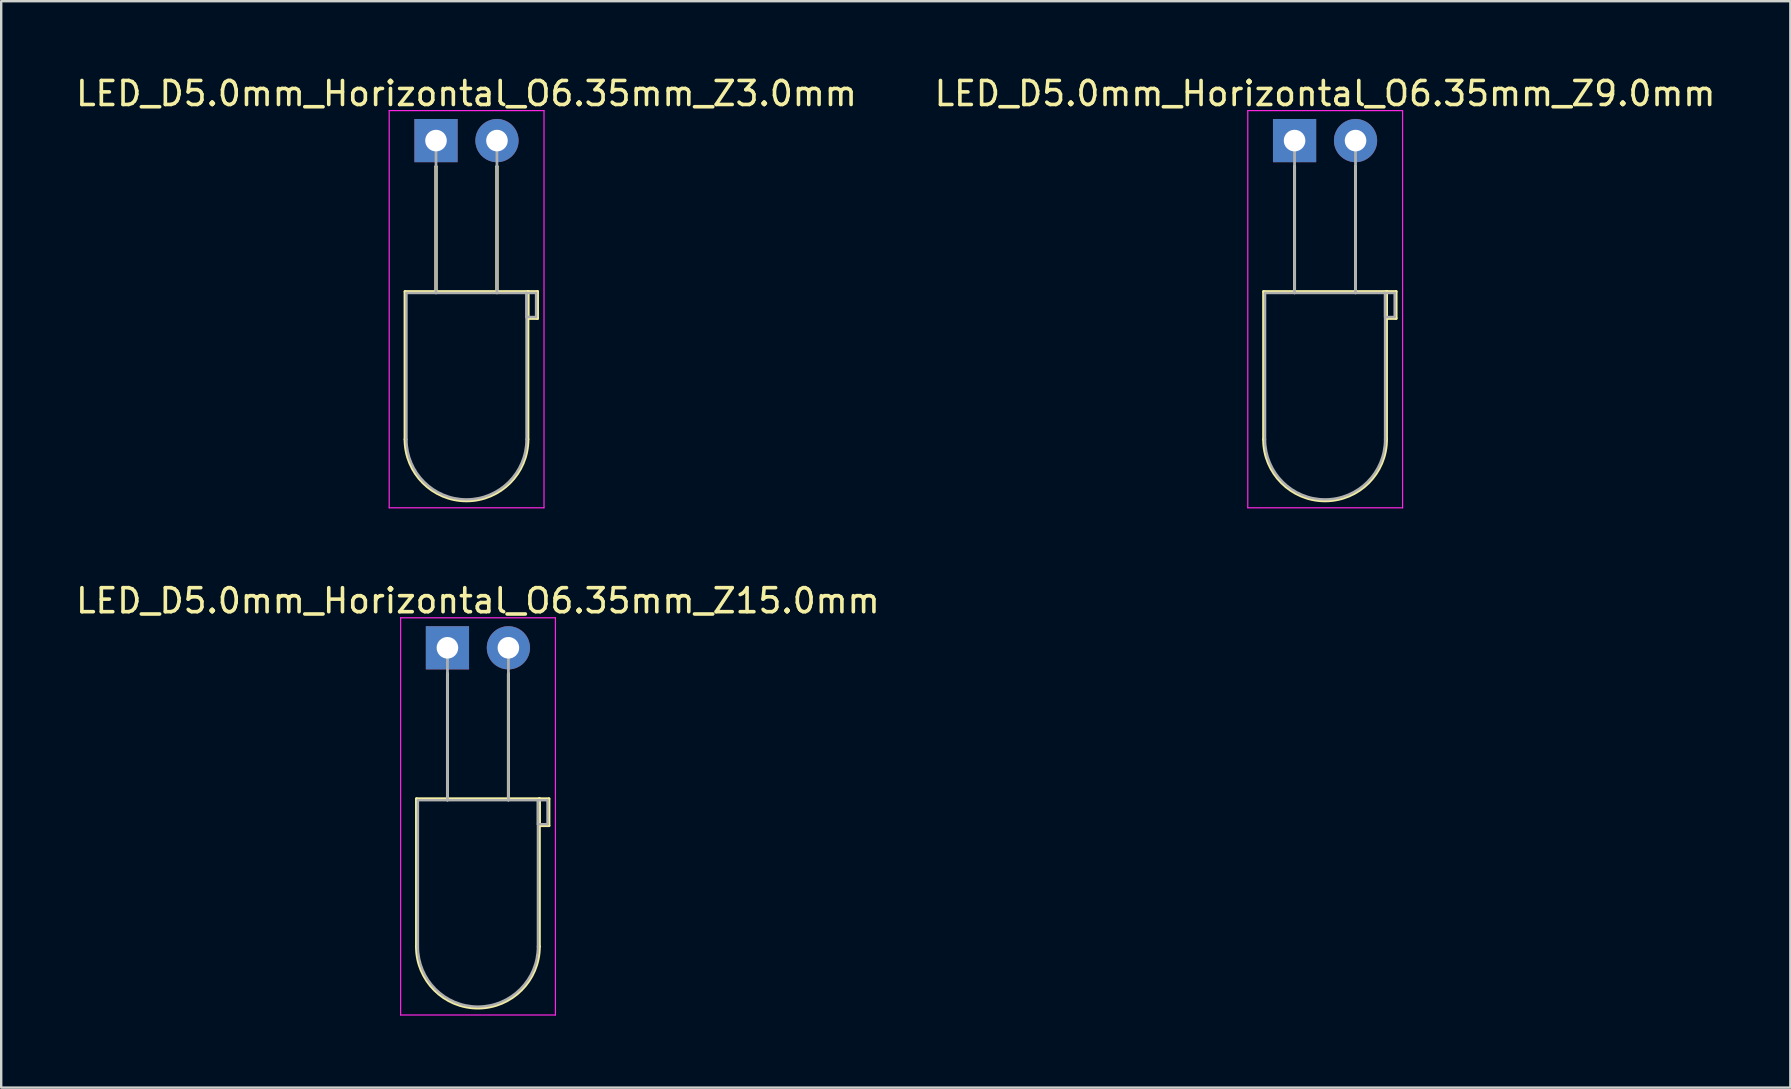
<source format=kicad_pcb>
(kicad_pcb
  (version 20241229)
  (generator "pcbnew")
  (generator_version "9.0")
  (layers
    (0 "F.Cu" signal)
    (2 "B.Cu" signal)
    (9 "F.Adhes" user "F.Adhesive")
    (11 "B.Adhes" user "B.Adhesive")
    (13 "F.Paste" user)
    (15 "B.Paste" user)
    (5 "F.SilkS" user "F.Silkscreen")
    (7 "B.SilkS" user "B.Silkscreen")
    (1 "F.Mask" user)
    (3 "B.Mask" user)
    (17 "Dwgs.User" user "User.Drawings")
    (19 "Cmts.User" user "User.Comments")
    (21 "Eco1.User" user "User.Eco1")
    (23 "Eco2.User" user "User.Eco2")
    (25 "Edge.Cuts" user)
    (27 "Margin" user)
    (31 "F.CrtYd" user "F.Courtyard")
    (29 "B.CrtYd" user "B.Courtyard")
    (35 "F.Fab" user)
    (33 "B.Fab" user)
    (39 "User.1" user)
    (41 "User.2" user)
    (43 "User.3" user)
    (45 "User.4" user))
  (footprint "LED_D5.0mm_Horizontal_O6.35mm_Z3.0mm"
    (layer "F.Cu")
    (at 15.117 2.808)
    (property "Reference" "LED_D5.0mm_Horizontal_O6.35mm_Z3.0mm" (at 1.27 -1.96 0) (layer "F.SilkS") (effects (font (size 1 1) (thickness 0.15))))
    (attr through_hole)
    (fp_line (start -1.29 6.29) (end -1.29 12.45) (stroke (width 0.12) (type solid)) (layer "F.SilkS"))
    (fp_line (start -1.29 6.29) (end 3.83 6.29) (stroke (width 0.12) (type solid)) (layer "F.SilkS"))
    (fp_line (start 0 1.08) (end 0 1.08) (stroke (width 0.12) (type solid)) (layer "F.SilkS"))
    (fp_line (start 0 1.08) (end 0 6.29) (stroke (width 0.12) (type solid)) (layer "F.SilkS"))
    (fp_line (start 0 6.29) (end 0 1.08) (stroke (width 0.12) (type solid)) (layer "F.SilkS"))
    (fp_line (start 0 6.29) (end 0 6.29) (stroke (width 0.12) (type solid)) (layer "F.SilkS"))
    (fp_line (start 2.54 1.08) (end 2.54 1.08) (stroke (width 0.12) (type solid)) (layer "F.SilkS"))
    (fp_line (start 2.54 1.08) (end 2.54 6.29) (stroke (width 0.12) (type solid)) (layer "F.SilkS"))
    (fp_line (start 2.54 6.29) (end 2.54 1.08) (stroke (width 0.12) (type solid)) (layer "F.SilkS"))
    (fp_line (start 2.54 6.29) (end 2.54 6.29) (stroke (width 0.12) (type solid)) (layer "F.SilkS"))
    (fp_line (start 3.83 6.29) (end 3.83 12.45) (stroke (width 0.12) (type solid)) (layer "F.SilkS"))
    (fp_line (start 3.83 6.29) (end 4.23 6.29) (stroke (width 0.12) (type solid)) (layer "F.SilkS"))
    (fp_line (start 3.83 7.41) (end 3.83 6.29) (stroke (width 0.12) (type solid)) (layer "F.SilkS"))
    (fp_line (start 4.23 6.29) (end 4.23 7.41) (stroke (width 0.12) (type solid)) (layer "F.SilkS"))
    (fp_line (start 4.23 7.41) (end 3.83 7.41) (stroke (width 0.12) (type solid)) (layer "F.SilkS"))
    (fp_arc (start 3.83 12.45) (mid 1.27 15.01) (end -1.29 12.45) (stroke (width 0.12) (type solid)) (layer "F.SilkS"))
    (fp_line (start -1.95 -1.25) (end -1.95 15.3) (stroke (width 0.05) (type solid)) (layer "F.CrtYd"))
    (fp_line (start -1.95 15.3) (end 4.5 15.3) (stroke (width 0.05) (type solid)) (layer "F.CrtYd"))
    (fp_line (start 4.5 -1.25) (end -1.95 -1.25) (stroke (width 0.05) (type solid)) (layer "F.CrtYd"))
    (fp_line (start 4.5 15.3) (end 4.5 -1.25) (stroke (width 0.05) (type solid)) (layer "F.CrtYd"))
    (fp_line (start -1.23 6.35) (end -1.23 12.45) (stroke (width 0.1) (type solid)) (layer "F.Fab"))
    (fp_line (start -1.23 6.35) (end 3.77 6.35) (stroke (width 0.1) (type solid)) (layer "F.Fab"))
    (fp_line (start 0 0) (end 0 0) (stroke (width 0.1) (type solid)) (layer "F.Fab"))
    (fp_line (start 0 0) (end 0 6.35) (stroke (width 0.1) (type solid)) (layer "F.Fab"))
    (fp_line (start 0 6.35) (end 0 0) (stroke (width 0.1) (type solid)) (layer "F.Fab"))
    (fp_line (start 0 6.35) (end 0 6.35) (stroke (width 0.1) (type solid)) (layer "F.Fab"))
    (fp_line (start 2.54 0) (end 2.54 0) (stroke (width 0.1) (type solid)) (layer "F.Fab"))
    (fp_line (start 2.54 0) (end 2.54 6.35) (stroke (width 0.1) (type solid)) (layer "F.Fab"))
    (fp_line (start 2.54 6.35) (end 2.54 0) (stroke (width 0.1) (type solid)) (layer "F.Fab"))
    (fp_line (start 2.54 6.35) (end 2.54 6.35) (stroke (width 0.1) (type solid)) (layer "F.Fab"))
    (fp_line (start 3.77 6.35) (end 3.77 12.45) (stroke (width 0.1) (type solid)) (layer "F.Fab"))
    (fp_line (start 3.77 6.35) (end 4.17 6.35) (stroke (width 0.1) (type solid)) (layer "F.Fab"))
    (fp_line (start 3.77 7.35) (end 3.77 6.35) (stroke (width 0.1) (type solid)) (layer "F.Fab"))
    (fp_line (start 4.17 6.35) (end 4.17 7.35) (stroke (width 0.1) (type solid)) (layer "F.Fab"))
    (fp_line (start 4.17 7.35) (end 3.77 7.35) (stroke (width 0.1) (type solid)) (layer "F.Fab"))
    (fp_arc (start 3.77 12.45) (mid 1.27 14.95) (end -1.23 12.45) (stroke (width 0.1) (type solid)) (layer "F.Fab"))
    (pad "1" thru_hole rect (at 0 0) (size 1.8 1.8) (drill 0.9) (layers "*.Cu" "*.Mask"))
    (pad "2" thru_hole circle (at 2.54 0) (size 1.8 1.8) (drill 0.9) (layers "*.Cu" "*.Mask")))
  (footprint "LED_D5.0mm_Horizontal_O6.35mm_Z9.0mm"
    (layer "F.Cu")
    (at 50.891 2.808)
    (property "Reference" "LED_D5.0mm_Horizontal_O6.35mm_Z9.0mm" (at 1.27 -1.96 0) (layer "F.SilkS") (effects (font (size 1 1) (thickness 0.15))))
    (attr through_hole)
    (fp_line (start -1.29 6.29) (end -1.29 12.45) (stroke (width 0.12) (type solid)) (layer "F.SilkS"))
    (fp_line (start -1.29 6.29) (end 3.83 6.29) (stroke (width 0.12) (type solid)) (layer "F.SilkS"))
    (fp_line (start 0 1.08) (end 0 1.08) (stroke (width 0.12) (type solid)) (layer "F.SilkS"))
    (fp_line (start 0 1.08) (end 0 6.29) (stroke (width 0.12) (type solid)) (layer "F.SilkS"))
    (fp_line (start 0 6.29) (end 0 1.08) (stroke (width 0.12) (type solid)) (layer "F.SilkS"))
    (fp_line (start 0 6.29) (end 0 6.29) (stroke (width 0.12) (type solid)) (layer "F.SilkS"))
    (fp_line (start 2.54 1.08) (end 2.54 1.08) (stroke (width 0.12) (type solid)) (layer "F.SilkS"))
    (fp_line (start 2.54 1.08) (end 2.54 6.29) (stroke (width 0.12) (type solid)) (layer "F.SilkS"))
    (fp_line (start 2.54 6.29) (end 2.54 1.08) (stroke (width 0.12) (type solid)) (layer "F.SilkS"))
    (fp_line (start 2.54 6.29) (end 2.54 6.29) (stroke (width 0.12) (type solid)) (layer "F.SilkS"))
    (fp_line (start 3.83 6.29) (end 3.83 12.45) (stroke (width 0.12) (type solid)) (layer "F.SilkS"))
    (fp_line (start 3.83 6.29) (end 4.23 6.29) (stroke (width 0.12) (type solid)) (layer "F.SilkS"))
    (fp_line (start 3.83 7.41) (end 3.83 6.29) (stroke (width 0.12) (type solid)) (layer "F.SilkS"))
    (fp_line (start 4.23 6.29) (end 4.23 7.41) (stroke (width 0.12) (type solid)) (layer "F.SilkS"))
    (fp_line (start 4.23 7.41) (end 3.83 7.41) (stroke (width 0.12) (type solid)) (layer "F.SilkS"))
    (fp_arc (start 3.83 12.45) (mid 1.27 15.01) (end -1.29 12.45) (stroke (width 0.12) (type solid)) (layer "F.SilkS"))
    (fp_line (start -1.95 -1.25) (end -1.95 15.3) (stroke (width 0.05) (type solid)) (layer "F.CrtYd"))
    (fp_line (start -1.95 15.3) (end 4.5 15.3) (stroke (width 0.05) (type solid)) (layer "F.CrtYd"))
    (fp_line (start 4.5 -1.25) (end -1.95 -1.25) (stroke (width 0.05) (type solid)) (layer "F.CrtYd"))
    (fp_line (start 4.5 15.3) (end 4.5 -1.25) (stroke (width 0.05) (type solid)) (layer "F.CrtYd"))
    (fp_line (start -1.23 6.35) (end -1.23 12.45) (stroke (width 0.1) (type solid)) (layer "F.Fab"))
    (fp_line (start -1.23 6.35) (end 3.77 6.35) (stroke (width 0.1) (type solid)) (layer "F.Fab"))
    (fp_line (start 0 0) (end 0 0) (stroke (width 0.1) (type solid)) (layer "F.Fab"))
    (fp_line (start 0 0) (end 0 6.35) (stroke (width 0.1) (type solid)) (layer "F.Fab"))
    (fp_line (start 0 6.35) (end 0 0) (stroke (width 0.1) (type solid)) (layer "F.Fab"))
    (fp_line (start 0 6.35) (end 0 6.35) (stroke (width 0.1) (type solid)) (layer "F.Fab"))
    (fp_line (start 2.54 0) (end 2.54 0) (stroke (width 0.1) (type solid)) (layer "F.Fab"))
    (fp_line (start 2.54 0) (end 2.54 6.35) (stroke (width 0.1) (type solid)) (layer "F.Fab"))
    (fp_line (start 2.54 6.35) (end 2.54 0) (stroke (width 0.1) (type solid)) (layer "F.Fab"))
    (fp_line (start 2.54 6.35) (end 2.54 6.35) (stroke (width 0.1) (type solid)) (layer "F.Fab"))
    (fp_line (start 3.77 6.35) (end 3.77 12.45) (stroke (width 0.1) (type solid)) (layer "F.Fab"))
    (fp_line (start 3.77 6.35) (end 4.17 6.35) (stroke (width 0.1) (type solid)) (layer "F.Fab"))
    (fp_line (start 3.77 7.35) (end 3.77 6.35) (stroke (width 0.1) (type solid)) (layer "F.Fab"))
    (fp_line (start 4.17 6.35) (end 4.17 7.35) (stroke (width 0.1) (type solid)) (layer "F.Fab"))
    (fp_line (start 4.17 7.35) (end 3.77 7.35) (stroke (width 0.1) (type solid)) (layer "F.Fab"))
    (fp_arc (start 3.77 12.45) (mid 1.27 14.95) (end -1.23 12.45) (stroke (width 0.1) (type solid)) (layer "F.Fab"))
    (pad "1" thru_hole rect (at 0 0) (size 1.8 1.8) (drill 0.9) (layers "*.Cu" "*.Mask"))
    (pad "2" thru_hole circle (at 2.54 0) (size 1.8 1.8) (drill 0.9) (layers "*.Cu" "*.Mask")))
  (footprint "LED_D5.0mm_Horizontal_O6.35mm_Z15.0mm"
    (layer "F.Cu")
    (at 15.593 23.942)
    (property "Reference" "LED_D5.0mm_Horizontal_O6.35mm_Z15.0mm" (at 1.27 -1.96 0) (layer "F.SilkS") (effects (font (size 1 1) (thickness 0.15))))
    (attr through_hole)
    (fp_line (start -1.29 6.29) (end -1.29 12.45) (stroke (width 0.12) (type solid)) (layer "F.SilkS"))
    (fp_line (start -1.29 6.29) (end 3.83 6.29) (stroke (width 0.12) (type solid)) (layer "F.SilkS"))
    (fp_line (start 0 1.08) (end 0 1.08) (stroke (width 0.12) (type solid)) (layer "F.SilkS"))
    (fp_line (start 0 1.08) (end 0 6.29) (stroke (width 0.12) (type solid)) (layer "F.SilkS"))
    (fp_line (start 0 6.29) (end 0 1.08) (stroke (width 0.12) (type solid)) (layer "F.SilkS"))
    (fp_line (start 0 6.29) (end 0 6.29) (stroke (width 0.12) (type solid)) (layer "F.SilkS"))
    (fp_line (start 2.54 1.08) (end 2.54 1.08) (stroke (width 0.12) (type solid)) (layer "F.SilkS"))
    (fp_line (start 2.54 1.08) (end 2.54 6.29) (stroke (width 0.12) (type solid)) (layer "F.SilkS"))
    (fp_line (start 2.54 6.29) (end 2.54 1.08) (stroke (width 0.12) (type solid)) (layer "F.SilkS"))
    (fp_line (start 2.54 6.29) (end 2.54 6.29) (stroke (width 0.12) (type solid)) (layer "F.SilkS"))
    (fp_line (start 3.83 6.29) (end 3.83 12.45) (stroke (width 0.12) (type solid)) (layer "F.SilkS"))
    (fp_line (start 3.83 6.29) (end 4.23 6.29) (stroke (width 0.12) (type solid)) (layer "F.SilkS"))
    (fp_line (start 3.83 7.41) (end 3.83 6.29) (stroke (width 0.12) (type solid)) (layer "F.SilkS"))
    (fp_line (start 4.23 6.29) (end 4.23 7.41) (stroke (width 0.12) (type solid)) (layer "F.SilkS"))
    (fp_line (start 4.23 7.41) (end 3.83 7.41) (stroke (width 0.12) (type solid)) (layer "F.SilkS"))
    (fp_arc (start 3.83 12.45) (mid 1.27 15.01) (end -1.29 12.45) (stroke (width 0.12) (type solid)) (layer "F.SilkS"))
    (fp_line (start -1.95 -1.25) (end -1.95 15.3) (stroke (width 0.05) (type solid)) (layer "F.CrtYd"))
    (fp_line (start -1.95 15.3) (end 4.5 15.3) (stroke (width 0.05) (type solid)) (layer "F.CrtYd"))
    (fp_line (start 4.5 -1.25) (end -1.95 -1.25) (stroke (width 0.05) (type solid)) (layer "F.CrtYd"))
    (fp_line (start 4.5 15.3) (end 4.5 -1.25) (stroke (width 0.05) (type solid)) (layer "F.CrtYd"))
    (fp_line (start -1.23 6.35) (end -1.23 12.45) (stroke (width 0.1) (type solid)) (layer "F.Fab"))
    (fp_line (start -1.23 6.35) (end 3.77 6.35) (stroke (width 0.1) (type solid)) (layer "F.Fab"))
    (fp_line (start 0 0) (end 0 0) (stroke (width 0.1) (type solid)) (layer "F.Fab"))
    (fp_line (start 0 0) (end 0 6.35) (stroke (width 0.1) (type solid)) (layer "F.Fab"))
    (fp_line (start 0 6.35) (end 0 0) (stroke (width 0.1) (type solid)) (layer "F.Fab"))
    (fp_line (start 0 6.35) (end 0 6.35) (stroke (width 0.1) (type solid)) (layer "F.Fab"))
    (fp_line (start 2.54 0) (end 2.54 0) (stroke (width 0.1) (type solid)) (layer "F.Fab"))
    (fp_line (start 2.54 0) (end 2.54 6.35) (stroke (width 0.1) (type solid)) (layer "F.Fab"))
    (fp_line (start 2.54 6.35) (end 2.54 0) (stroke (width 0.1) (type solid)) (layer "F.Fab"))
    (fp_line (start 2.54 6.35) (end 2.54 6.35) (stroke (width 0.1) (type solid)) (layer "F.Fab"))
    (fp_line (start 3.77 6.35) (end 3.77 12.45) (stroke (width 0.1) (type solid)) (layer "F.Fab"))
    (fp_line (start 3.77 6.35) (end 4.17 6.35) (stroke (width 0.1) (type solid)) (layer "F.Fab"))
    (fp_line (start 3.77 7.35) (end 3.77 6.35) (stroke (width 0.1) (type solid)) (layer "F.Fab"))
    (fp_line (start 4.17 6.35) (end 4.17 7.35) (stroke (width 0.1) (type solid)) (layer "F.Fab"))
    (fp_line (start 4.17 7.35) (end 3.77 7.35) (stroke (width 0.1) (type solid)) (layer "F.Fab"))
    (fp_arc (start 3.77 12.45) (mid 1.27 14.95) (end -1.23 12.45) (stroke (width 0.1) (type solid)) (layer "F.Fab"))
    (pad "1" thru_hole rect (at 0 0) (size 1.8 1.8) (drill 0.9) (layers "*.Cu" "*.Mask"))
    (pad "2" thru_hole circle (at 2.54 0) (size 1.8 1.8) (drill 0.9) (layers "*.Cu" "*.Mask")))
  (gr_rect
    (start -3 -3)
    (end 71.548 42.267)
    (stroke (width 0.1) (type default))
    (fill no)
    (layer "Edge.Cuts")))
</source>
